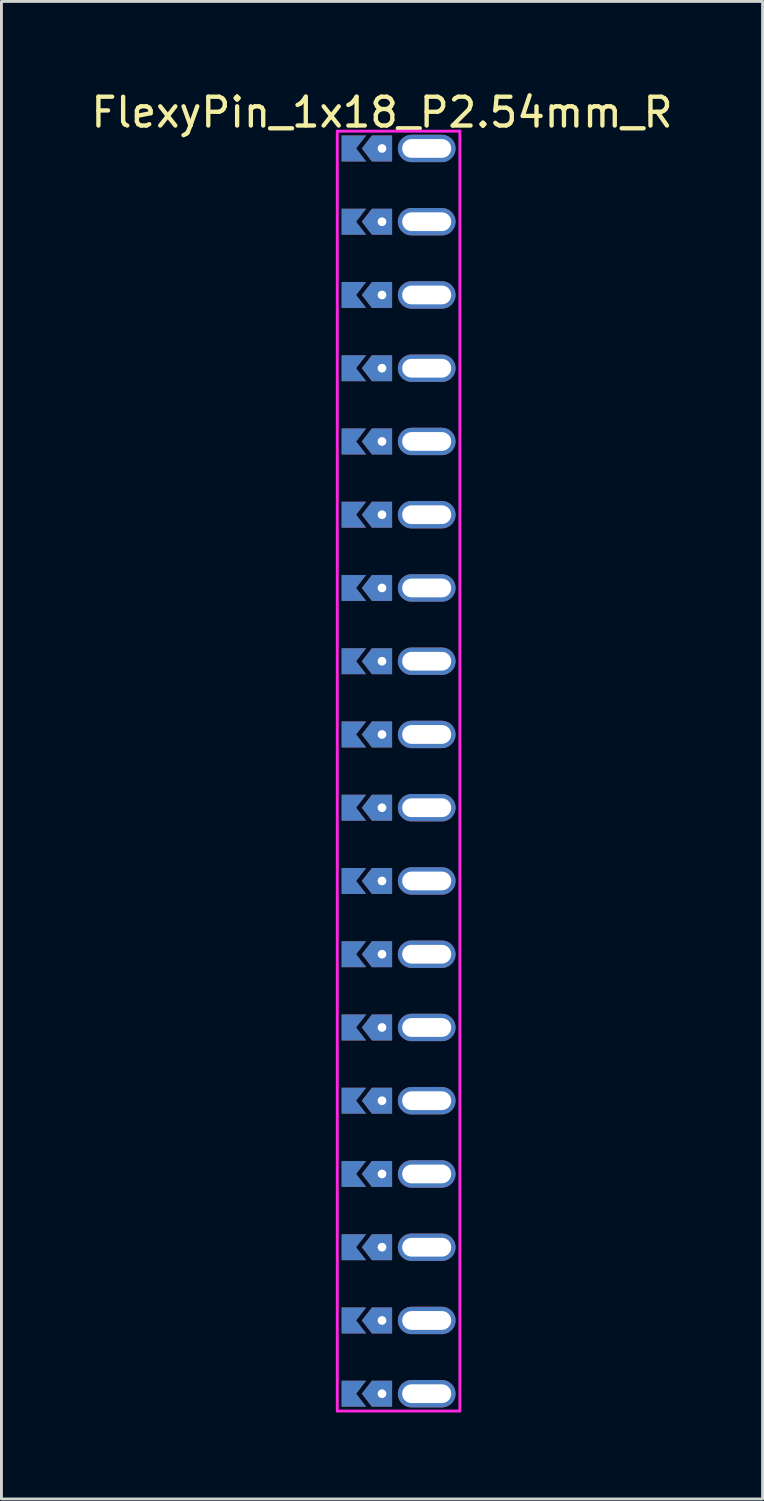
<source format=kicad_pcb>
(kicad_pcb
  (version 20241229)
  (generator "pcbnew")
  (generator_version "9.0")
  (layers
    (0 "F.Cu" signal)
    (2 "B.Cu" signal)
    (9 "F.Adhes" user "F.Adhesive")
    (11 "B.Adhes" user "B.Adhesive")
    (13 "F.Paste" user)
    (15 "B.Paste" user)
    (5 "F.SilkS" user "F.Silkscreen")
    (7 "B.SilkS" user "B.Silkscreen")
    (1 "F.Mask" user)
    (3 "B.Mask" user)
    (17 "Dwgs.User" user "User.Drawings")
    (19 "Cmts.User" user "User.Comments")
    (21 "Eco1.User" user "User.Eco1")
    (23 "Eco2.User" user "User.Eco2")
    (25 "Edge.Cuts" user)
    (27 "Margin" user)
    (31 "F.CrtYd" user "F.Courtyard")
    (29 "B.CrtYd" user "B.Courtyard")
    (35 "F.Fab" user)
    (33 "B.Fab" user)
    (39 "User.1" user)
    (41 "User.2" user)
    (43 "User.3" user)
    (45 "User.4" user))
  (footprint "FlexyPin_1x18_P2.54mm_R"
    (layer "F.Cu")
    (at 10.196 2.098)
    (property "Reference" "FlexyPin_1x18_P2.54mm_R" (at 0 -1.25 0) (layer "F.SilkS") (effects (font (size 1 1) (thickness 0.15))))
    (attr through_hole)
    (fp_line (start -1.55 -0.6) (end 2.7 -0.6) (stroke (width 0.1) (type solid)) (layer "F.CrtYd"))
    (fp_line (start -1.55 43.78) (end -1.55 -0.6) (stroke (width 0.1) (type solid)) (layer "F.CrtYd"))
    (fp_line (start 2.7 -0.6) (end 2.7 43.78) (stroke (width 0.1) (type solid)) (layer "F.CrtYd"))
    (fp_line (start 2.7 43.78) (end -1.55 43.78) (stroke (width 0.1) (type solid)) (layer "F.CrtYd"))
    (pad "" thru_hole custom (at 0 0) (size 0.3 0.3) (drill 0.6) (layers "*.Cu" "*.Mask") (options (anchor rect)) (primitives (gr_poly (pts (xy 0.35 0.45) (xy 0.35 -0.45) (xy -0.35 -0.45) (xy -0.7 0) (xy -0.35 0.45)) (width 0) (fill yes))))
    (pad "" thru_hole custom (at 0 2.54) (size 0.3 0.3) (drill 0.6) (layers "*.Cu" "*.Mask") (options (anchor rect)) (primitives (gr_poly (pts (xy 0.35 0.45) (xy 0.35 -0.45) (xy -0.35 -0.45) (xy -0.7 0) (xy -0.35 0.45)) (width 0) (fill yes))))
    (pad "" thru_hole custom (at 0 5.08) (size 0.3 0.3) (drill 0.6) (layers "*.Cu" "*.Mask") (options (anchor rect)) (primitives (gr_poly (pts (xy 0.35 0.45) (xy 0.35 -0.45) (xy -0.35 -0.45) (xy -0.7 0) (xy -0.35 0.45)) (width 0) (fill yes))))
    (pad "" thru_hole custom (at 0 7.62) (size 0.3 0.3) (drill 0.6) (layers "*.Cu" "*.Mask") (options (anchor rect)) (primitives (gr_poly (pts (xy 0.35 0.45) (xy 0.35 -0.45) (xy -0.35 -0.45) (xy -0.7 0) (xy -0.35 0.45)) (width 0) (fill yes))))
    (pad "" thru_hole custom (at 0 10.16) (size 0.3 0.3) (drill 0.6) (layers "*.Cu" "*.Mask") (options (anchor rect)) (primitives (gr_poly (pts (xy 0.35 0.45) (xy 0.35 -0.45) (xy -0.35 -0.45) (xy -0.7 0) (xy -0.35 0.45)) (width 0) (fill yes))))
    (pad "" thru_hole custom (at 0 12.7) (size 0.3 0.3) (drill 0.6) (layers "*.Cu" "*.Mask") (options (anchor rect)) (primitives (gr_poly (pts (xy 0.35 0.45) (xy 0.35 -0.45) (xy -0.35 -0.45) (xy -0.7 0) (xy -0.35 0.45)) (width 0) (fill yes))))
    (pad "" thru_hole custom (at 0 15.24) (size 0.3 0.3) (drill 0.6) (layers "*.Cu" "*.Mask") (options (anchor rect)) (primitives (gr_poly (pts (xy 0.35 0.45) (xy 0.35 -0.45) (xy -0.35 -0.45) (xy -0.7 0) (xy -0.35 0.45)) (width 0) (fill yes))))
    (pad "" thru_hole custom (at 0 17.78) (size 0.3 0.3) (drill 0.6) (layers "*.Cu" "*.Mask") (options (anchor rect)) (primitives (gr_poly (pts (xy 0.35 0.45) (xy 0.35 -0.45) (xy -0.35 -0.45) (xy -0.7 0) (xy -0.35 0.45)) (width 0) (fill yes))))
    (pad "" thru_hole custom (at 0 20.32) (size 0.3 0.3) (drill 0.6) (layers "*.Cu" "*.Mask") (options (anchor rect)) (primitives (gr_poly (pts (xy 0.35 0.45) (xy 0.35 -0.45) (xy -0.35 -0.45) (xy -0.7 0) (xy -0.35 0.45)) (width 0) (fill yes))))
    (pad "" thru_hole custom (at 0 22.86) (size 0.3 0.3) (drill 0.6) (layers "*.Cu" "*.Mask") (options (anchor rect)) (primitives (gr_poly (pts (xy 0.35 0.45) (xy 0.35 -0.45) (xy -0.35 -0.45) (xy -0.7 0) (xy -0.35 0.45)) (width 0) (fill yes))))
    (pad "" thru_hole custom (at 0 25.4) (size 0.3 0.3) (drill 0.6) (layers "*.Cu" "*.Mask") (options (anchor rect)) (primitives (gr_poly (pts (xy 0.35 0.45) (xy 0.35 -0.45) (xy -0.35 -0.45) (xy -0.7 0) (xy -0.35 0.45)) (width 0) (fill yes))))
    (pad "" thru_hole custom (at 0 27.94) (size 0.3 0.3) (drill 0.6) (layers "*.Cu" "*.Mask") (options (anchor rect)) (primitives (gr_poly (pts (xy 0.35 0.45) (xy 0.35 -0.45) (xy -0.35 -0.45) (xy -0.7 0) (xy -0.35 0.45)) (width 0) (fill yes))))
    (pad "" thru_hole custom (at 0 30.48) (size 0.3 0.3) (drill 0.6) (layers "*.Cu" "*.Mask") (options (anchor rect)) (primitives (gr_poly (pts (xy 0.35 0.45) (xy 0.35 -0.45) (xy -0.35 -0.45) (xy -0.7 0) (xy -0.35 0.45)) (width 0) (fill yes))))
    (pad "" thru_hole custom (at 0 33.02) (size 0.3 0.3) (drill 0.6) (layers "*.Cu" "*.Mask") (options (anchor rect)) (primitives (gr_poly (pts (xy 0.35 0.45) (xy 0.35 -0.45) (xy -0.35 -0.45) (xy -0.7 0) (xy -0.35 0.45)) (width 0) (fill yes))))
    (pad "" thru_hole custom (at 0 35.56) (size 0.3 0.3) (drill 0.6) (layers "*.Cu" "*.Mask") (options (anchor rect)) (primitives (gr_poly (pts (xy 0.35 0.45) (xy 0.35 -0.45) (xy -0.35 -0.45) (xy -0.7 0) (xy -0.35 0.45)) (width 0) (fill yes))))
    (pad "" thru_hole custom (at 0 38.1) (size 0.3 0.3) (drill 0.6) (layers "*.Cu" "*.Mask") (options (anchor rect)) (primitives (gr_poly (pts (xy 0.35 0.45) (xy 0.35 -0.45) (xy -0.35 -0.45) (xy -0.7 0) (xy -0.35 0.45)) (width 0) (fill yes))))
    (pad "" thru_hole custom (at 0 40.64) (size 0.3 0.3) (drill 0.6) (layers "*.Cu" "*.Mask") (options (anchor rect)) (primitives (gr_poly (pts (xy 0.35 0.45) (xy 0.35 -0.45) (xy -0.35 -0.45) (xy -0.7 0) (xy -0.35 0.45)) (width 0) (fill yes))))
    (pad "" thru_hole custom (at 0 43.18) (size 0.3 0.3) (drill 0.6) (layers "*.Cu" "*.Mask") (options (anchor rect)) (primitives (gr_poly (pts (xy 0.35 0.45) (xy 0.35 -0.45) (xy -0.35 -0.45) (xy -0.7 0) (xy -0.35 0.45)) (width 0) (fill yes))))
    (pad "" thru_hole oval (at 1.55 0) (size 2 0.95) (drill oval 1.7 0.65) (layers "*.Cu" "*.Mask"))
    (pad "" thru_hole oval (at 1.55 2.54) (size 2 0.95) (drill oval 1.7 0.65) (layers "*.Cu" "*.Mask"))
    (pad "" thru_hole oval (at 1.55 5.08) (size 2 0.95) (drill oval 1.7 0.65) (layers "*.Cu" "*.Mask"))
    (pad "" thru_hole oval (at 1.55 7.62) (size 2 0.95) (drill oval 1.7 0.65) (layers "*.Cu" "*.Mask"))
    (pad "" thru_hole oval (at 1.55 10.16) (size 2 0.95) (drill oval 1.7 0.65) (layers "*.Cu" "*.Mask"))
    (pad "" thru_hole oval (at 1.55 12.7) (size 2 0.95) (drill oval 1.7 0.65) (layers "*.Cu" "*.Mask"))
    (pad "" thru_hole oval (at 1.55 15.24) (size 2 0.95) (drill oval 1.7 0.65) (layers "*.Cu" "*.Mask"))
    (pad "" thru_hole oval (at 1.55 17.78) (size 2 0.95) (drill oval 1.7 0.65) (layers "*.Cu" "*.Mask"))
    (pad "" thru_hole oval (at 1.55 20.32) (size 2 0.95) (drill oval 1.7 0.65) (layers "*.Cu" "*.Mask"))
    (pad "" thru_hole oval (at 1.55 22.86) (size 2 0.95) (drill oval 1.7 0.65) (layers "*.Cu" "*.Mask"))
    (pad "" thru_hole oval (at 1.55 25.4) (size 2 0.95) (drill oval 1.7 0.65) (layers "*.Cu" "*.Mask"))
    (pad "" thru_hole oval (at 1.55 27.94) (size 2 0.95) (drill oval 1.7 0.65) (layers "*.Cu" "*.Mask"))
    (pad "" thru_hole oval (at 1.55 30.48) (size 2 0.95) (drill oval 1.7 0.65) (layers "*.Cu" "*.Mask"))
    (pad "" thru_hole oval (at 1.55 33.02) (size 2 0.95) (drill oval 1.7 0.65) (layers "*.Cu" "*.Mask"))
    (pad "" thru_hole oval (at 1.55 35.56) (size 2 0.95) (drill oval 1.7 0.65) (layers "*.Cu" "*.Mask"))
    (pad "" thru_hole oval (at 1.55 38.1) (size 2 0.95) (drill oval 1.7 0.65) (layers "*.Cu" "*.Mask"))
    (pad "" thru_hole oval (at 1.55 40.64) (size 2 0.95) (drill oval 1.7 0.65) (layers "*.Cu" "*.Mask"))
    (pad "" thru_hole oval (at 1.55 43.18) (size 2 0.95) (drill oval 1.7 0.65) (layers "*.Cu" "*.Mask"))
    (pad "1" smd custom (at -0.9 0) (size 0.01 0.01) (layers "F.Cu" "F.Mask") (options (anchor rect)) (primitives (gr_poly (pts (xy 0 0) (xy 0.35 0.45) (xy -0.5 0.45) (xy -0.5 -0.45) (xy 0.35 -0.45)) (width 0) (fill yes))))
    (pad "2" smd custom (at -0.9 2.54) (size 0.01 0.01) (layers "F.Cu" "F.Mask") (options (anchor rect)) (primitives (gr_poly (pts (xy 0 0) (xy 0.35 0.45) (xy -0.5 0.45) (xy -0.5 -0.45) (xy 0.35 -0.45)) (width 0) (fill yes))))
    (pad "3" smd custom (at -0.9 5.08) (size 0.01 0.01) (layers "F.Cu" "F.Mask") (options (anchor rect)) (primitives (gr_poly (pts (xy 0 0) (xy 0.35 0.45) (xy -0.5 0.45) (xy -0.5 -0.45) (xy 0.35 -0.45)) (width 0) (fill yes))))
    (pad "4" smd custom (at -0.9 7.62) (size 0.01 0.01) (layers "F.Cu" "F.Mask") (options (anchor rect)) (primitives (gr_poly (pts (xy 0 0) (xy 0.35 0.45) (xy -0.5 0.45) (xy -0.5 -0.45) (xy 0.35 -0.45)) (width 0) (fill yes))))
    (pad "5" smd custom (at -0.9 10.16) (size 0.01 0.01) (layers "F.Cu" "F.Mask") (options (anchor rect)) (primitives (gr_poly (pts (xy 0 0) (xy 0.35 0.45) (xy -0.5 0.45) (xy -0.5 -0.45) (xy 0.35 -0.45)) (width 0) (fill yes))))
    (pad "6" smd custom (at -0.9 12.7) (size 0.01 0.01) (layers "F.Cu" "F.Mask") (options (anchor rect)) (primitives (gr_poly (pts (xy 0 0) (xy 0.35 0.45) (xy -0.5 0.45) (xy -0.5 -0.45) (xy 0.35 -0.45)) (width 0) (fill yes))))
    (pad "7" smd custom (at -0.9 15.24) (size 0.01 0.01) (layers "F.Cu" "F.Mask") (options (anchor rect)) (primitives (gr_poly (pts (xy 0 0) (xy 0.35 0.45) (xy -0.5 0.45) (xy -0.5 -0.45) (xy 0.35 -0.45)) (width 0) (fill yes))))
    (pad "8" smd custom (at -0.9 17.78) (size 0.01 0.01) (layers "F.Cu" "F.Mask") (options (anchor rect)) (primitives (gr_poly (pts (xy 0 0) (xy 0.35 0.45) (xy -0.5 0.45) (xy -0.5 -0.45) (xy 0.35 -0.45)) (width 0) (fill yes))))
    (pad "9" smd custom (at -0.9 20.32) (size 0.01 0.01) (layers "F.Cu" "F.Mask") (options (anchor rect)) (primitives (gr_poly (pts (xy 0 0) (xy 0.35 0.45) (xy -0.5 0.45) (xy -0.5 -0.45) (xy 0.35 -0.45)) (width 0) (fill yes))))
    (pad "10" smd custom (at -0.9 22.86) (size 0.01 0.01) (layers "F.Cu" "F.Mask") (options (anchor rect)) (primitives (gr_poly (pts (xy 0 0) (xy 0.35 0.45) (xy -0.5 0.45) (xy -0.5 -0.45) (xy 0.35 -0.45)) (width 0) (fill yes))))
    (pad "11" smd custom (at -0.9 25.4) (size 0.01 0.01) (layers "F.Cu" "F.Mask") (options (anchor rect)) (primitives (gr_poly (pts (xy 0 0) (xy 0.35 0.45) (xy -0.5 0.45) (xy -0.5 -0.45) (xy 0.35 -0.45)) (width 0) (fill yes))))
    (pad "12" smd custom (at -0.9 27.94) (size 0.01 0.01) (layers "F.Cu" "F.Mask") (options (anchor rect)) (primitives (gr_poly (pts (xy 0 0) (xy 0.35 0.45) (xy -0.5 0.45) (xy -0.5 -0.45) (xy 0.35 -0.45)) (width 0) (fill yes))))
    (pad "13" smd custom (at -0.9 30.48) (size 0.01 0.01) (layers "F.Cu" "F.Mask") (options (anchor rect)) (primitives (gr_poly (pts (xy 0 0) (xy 0.35 0.45) (xy -0.5 0.45) (xy -0.5 -0.45) (xy 0.35 -0.45)) (width 0) (fill yes))))
    (pad "14" smd custom (at -0.9 33.02) (size 0.01 0.01) (layers "F.Cu" "F.Mask") (options (anchor rect)) (primitives (gr_poly (pts (xy 0 0) (xy 0.35 0.45) (xy -0.5 0.45) (xy -0.5 -0.45) (xy 0.35 -0.45)) (width 0) (fill yes))))
    (pad "15" smd custom (at -0.9 35.56) (size 0.01 0.01) (layers "F.Cu" "F.Mask") (options (anchor rect)) (primitives (gr_poly (pts (xy 0 0) (xy 0.35 0.45) (xy -0.5 0.45) (xy -0.5 -0.45) (xy 0.35 -0.45)) (width 0) (fill yes))))
    (pad "16" smd custom (at -0.9 38.1) (size 0.01 0.01) (layers "F.Cu" "F.Mask") (options (anchor rect)) (primitives (gr_poly (pts (xy 0 0) (xy 0.35 0.45) (xy -0.5 0.45) (xy -0.5 -0.45) (xy 0.35 -0.45)) (width 0) (fill yes))))
    (pad "17" smd custom (at -0.9 40.64) (size 0.01 0.01) (layers "F.Cu" "F.Mask") (options (anchor rect)) (primitives (gr_poly (pts (xy 0 0) (xy 0.35 0.45) (xy -0.5 0.45) (xy -0.5 -0.45) (xy 0.35 -0.45)) (width 0) (fill yes))))
    (pad "18" smd custom (at -0.9 43.18) (size 0.01 0.01) (layers "F.Cu" "F.Mask") (options (anchor rect)) (primitives (gr_poly (pts (xy 0 0) (xy 0.35 0.45) (xy -0.5 0.45) (xy -0.5 -0.45) (xy 0.35 -0.45)) (width 0) (fill yes))))
    (pad "19" smd custom (at -0.9 0) (size 0.01 0.01) (layers "B.Cu" "B.Mask") (options (anchor rect)) (primitives (gr_poly (pts (xy 0 0) (xy 0.35 0.45) (xy -0.5 0.45) (xy -0.5 -0.45) (xy 0.35 -0.45)) (width 0) (fill yes))))
    (pad "20" smd custom (at -0.9 2.54) (size 0.01 0.01) (layers "B.Cu" "B.Mask") (options (anchor rect)) (primitives (gr_poly (pts (xy 0 0) (xy 0.35 0.45) (xy -0.5 0.45) (xy -0.5 -0.45) (xy 0.35 -0.45)) (width 0) (fill yes))))
    (pad "21" smd custom (at -0.9 5.08) (size 0.01 0.01) (layers "B.Cu" "B.Mask") (options (anchor rect)) (primitives (gr_poly (pts (xy 0 0) (xy 0.35 0.45) (xy -0.5 0.45) (xy -0.5 -0.45) (xy 0.35 -0.45)) (width 0) (fill yes))))
    (pad "22" smd custom (at -0.9 7.62) (size 0.01 0.01) (layers "B.Cu" "B.Mask") (options (anchor rect)) (primitives (gr_poly (pts (xy 0 0) (xy 0.35 0.45) (xy -0.5 0.45) (xy -0.5 -0.45) (xy 0.35 -0.45)) (width 0) (fill yes))))
    (pad "23" smd custom (at -0.9 10.16) (size 0.01 0.01) (layers "B.Cu" "B.Mask") (options (anchor rect)) (primitives (gr_poly (pts (xy 0 0) (xy 0.35 0.45) (xy -0.5 0.45) (xy -0.5 -0.45) (xy 0.35 -0.45)) (width 0) (fill yes))))
    (pad "24" smd custom (at -0.9 12.7) (size 0.01 0.01) (layers "B.Cu" "B.Mask") (options (anchor rect)) (primitives (gr_poly (pts (xy 0 0) (xy 0.35 0.45) (xy -0.5 0.45) (xy -0.5 -0.45) (xy 0.35 -0.45)) (width 0) (fill yes))))
    (pad "25" smd custom (at -0.9 15.24) (size 0.01 0.01) (layers "B.Cu" "B.Mask") (options (anchor rect)) (primitives (gr_poly (pts (xy 0 0) (xy 0.35 0.45) (xy -0.5 0.45) (xy -0.5 -0.45) (xy 0.35 -0.45)) (width 0) (fill yes))))
    (pad "26" smd custom (at -0.9 17.78) (size 0.01 0.01) (layers "B.Cu" "B.Mask") (options (anchor rect)) (primitives (gr_poly (pts (xy 0 0) (xy 0.35 0.45) (xy -0.5 0.45) (xy -0.5 -0.45) (xy 0.35 -0.45)) (width 0) (fill yes))))
    (pad "27" smd custom (at -0.9 20.32) (size 0.01 0.01) (layers "B.Cu" "B.Mask") (options (anchor rect)) (primitives (gr_poly (pts (xy 0 0) (xy 0.35 0.45) (xy -0.5 0.45) (xy -0.5 -0.45) (xy 0.35 -0.45)) (width 0) (fill yes))))
    (pad "28" smd custom (at -0.9 22.86) (size 0.01 0.01) (layers "B.Cu" "B.Mask") (options (anchor rect)) (primitives (gr_poly (pts (xy 0 0) (xy 0.35 0.45) (xy -0.5 0.45) (xy -0.5 -0.45) (xy 0.35 -0.45)) (width 0) (fill yes))))
    (pad "29" smd custom (at -0.9 25.4) (size 0.01 0.01) (layers "B.Cu" "B.Mask") (options (anchor rect)) (primitives (gr_poly (pts (xy 0 0) (xy 0.35 0.45) (xy -0.5 0.45) (xy -0.5 -0.45) (xy 0.35 -0.45)) (width 0) (fill yes))))
    (pad "30" smd custom (at -0.9 27.94) (size 0.01 0.01) (layers "B.Cu" "B.Mask") (options (anchor rect)) (primitives (gr_poly (pts (xy 0 0) (xy 0.35 0.45) (xy -0.5 0.45) (xy -0.5 -0.45) (xy 0.35 -0.45)) (width 0) (fill yes))))
    (pad "31" smd custom (at -0.9 30.48) (size 0.01 0.01) (layers "B.Cu" "B.Mask") (options (anchor rect)) (primitives (gr_poly (pts (xy 0 0) (xy 0.35 0.45) (xy -0.5 0.45) (xy -0.5 -0.45) (xy 0.35 -0.45)) (width 0) (fill yes))))
    (pad "32" smd custom (at -0.9 33.02) (size 0.01 0.01) (layers "B.Cu" "B.Mask") (options (anchor rect)) (primitives (gr_poly (pts (xy 0 0) (xy 0.35 0.45) (xy -0.5 0.45) (xy -0.5 -0.45) (xy 0.35 -0.45)) (width 0) (fill yes))))
    (pad "33" smd custom (at -0.9 35.56) (size 0.01 0.01) (layers "B.Cu" "B.Mask") (options (anchor rect)) (primitives (gr_poly (pts (xy 0 0) (xy 0.35 0.45) (xy -0.5 0.45) (xy -0.5 -0.45) (xy 0.35 -0.45)) (width 0) (fill yes))))
    (pad "34" smd custom (at -0.9 38.1) (size 0.01 0.01) (layers "B.Cu" "B.Mask") (options (anchor rect)) (primitives (gr_poly (pts (xy 0 0) (xy 0.35 0.45) (xy -0.5 0.45) (xy -0.5 -0.45) (xy 0.35 -0.45)) (width 0) (fill yes))))
    (pad "35" smd custom (at -0.9 40.64) (size 0.01 0.01) (layers "B.Cu" "B.Mask") (options (anchor rect)) (primitives (gr_poly (pts (xy 0 0) (xy 0.35 0.45) (xy -0.5 0.45) (xy -0.5 -0.45) (xy 0.35 -0.45)) (width 0) (fill yes))))
    (pad "36" smd custom (at -0.9 43.18) (size 0.01 0.01) (layers "B.Cu" "B.Mask") (options (anchor rect)) (primitives (gr_poly (pts (xy 0 0) (xy 0.35 0.45) (xy -0.5 0.45) (xy -0.5 -0.45) (xy 0.35 -0.45)) (width 0) (fill yes)))))
  (gr_rect
    (start -3 -3)
    (end 23.393 48.928)
    (stroke (width 0.1) (type default))
    (fill no)
    (layer "Edge.Cuts")))
</source>
